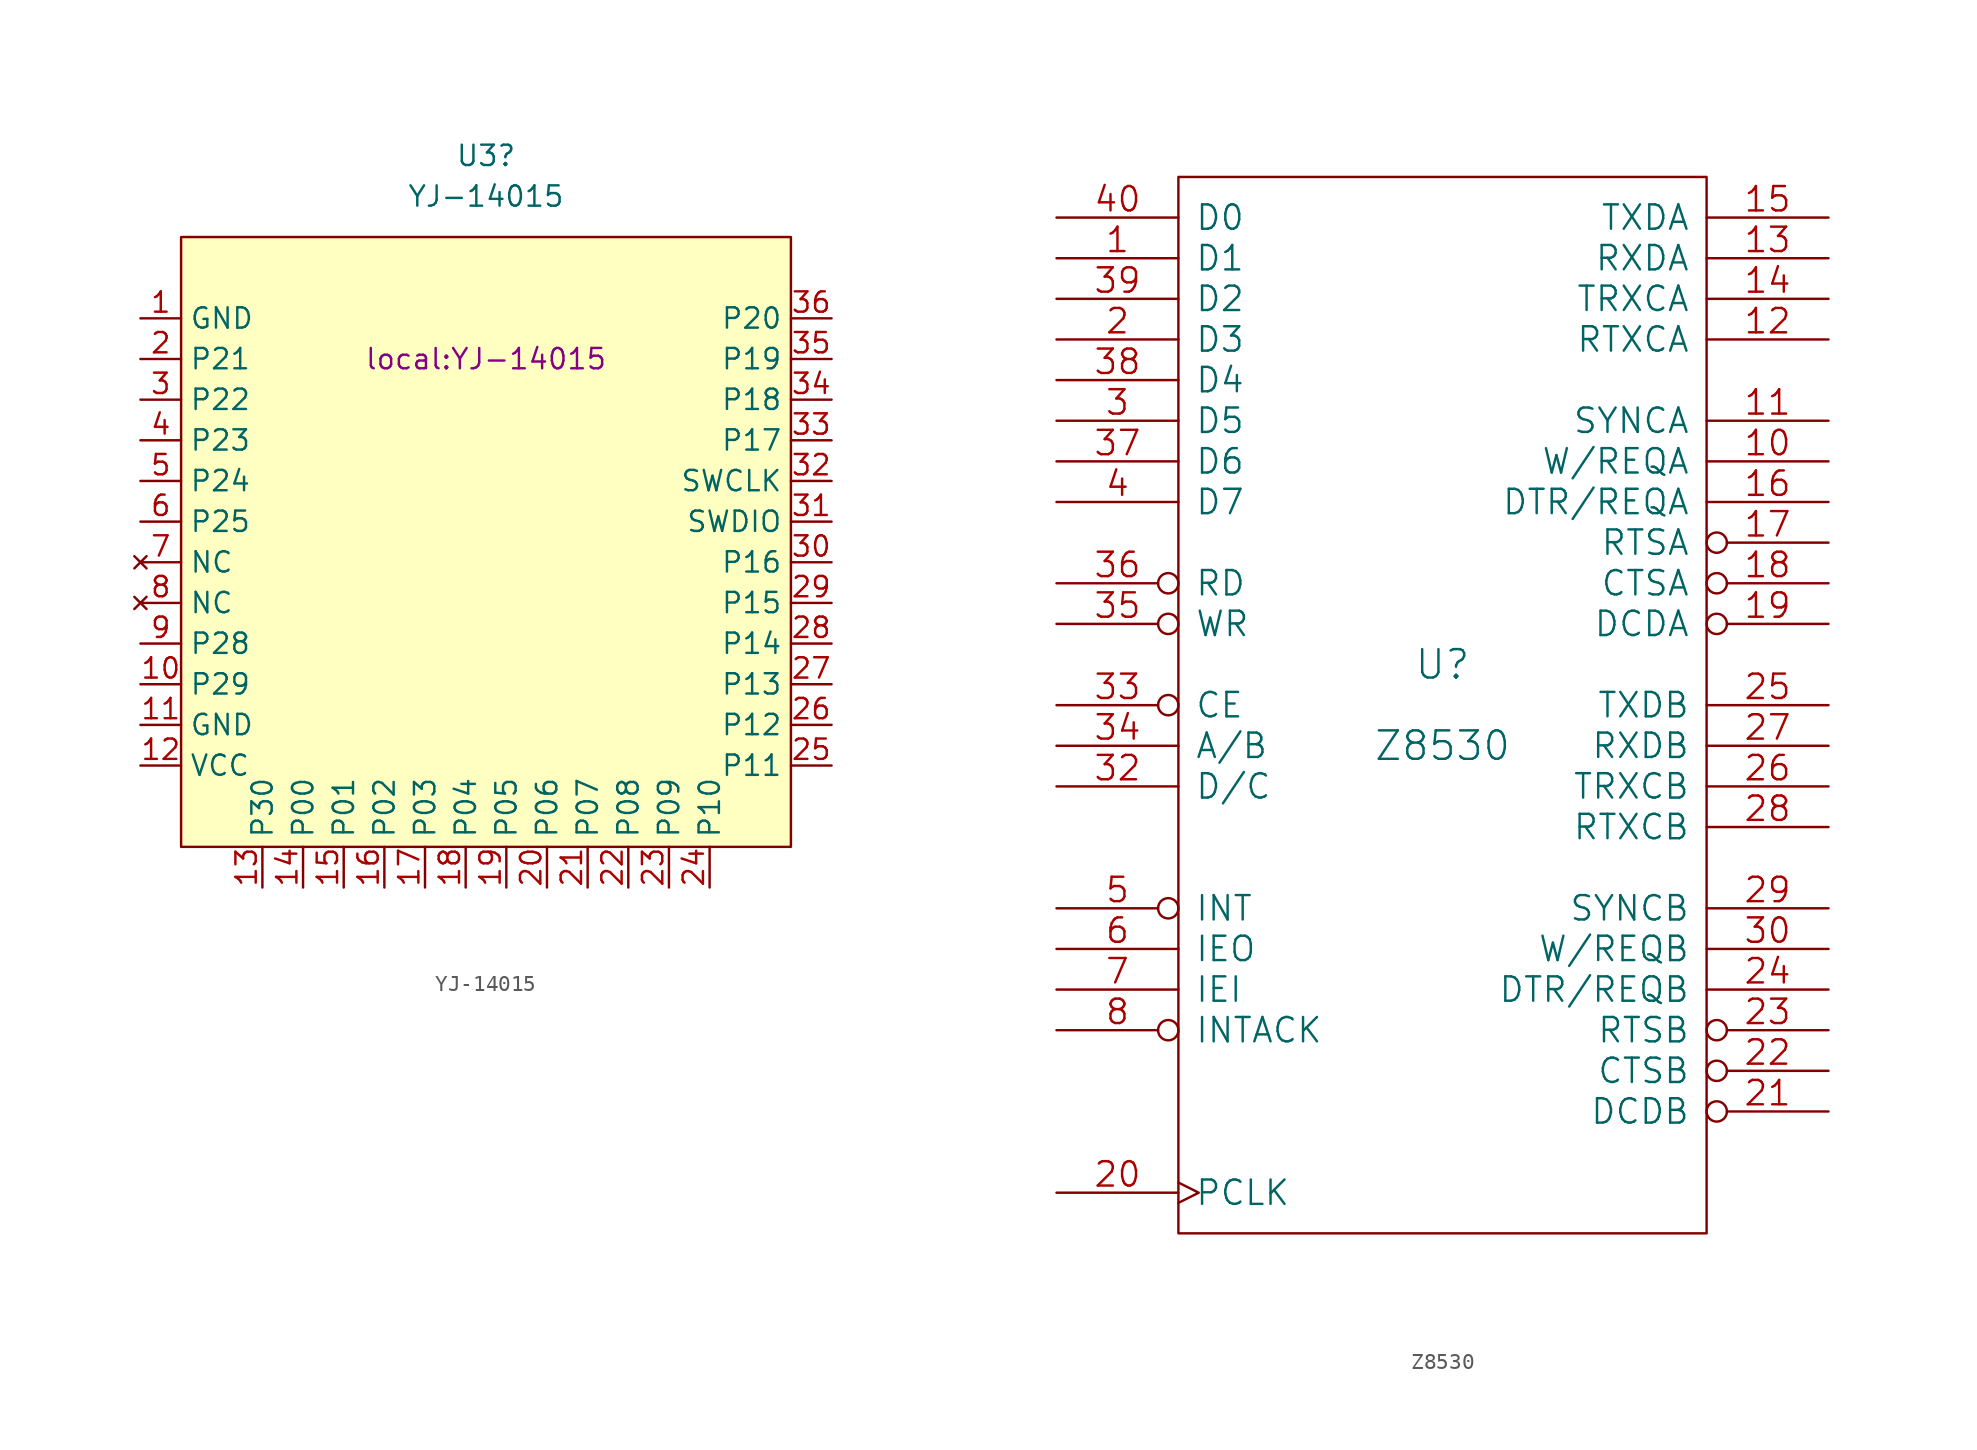
<source format=kicad_sym>
(kicad_symbol_lib
  (version 20211014)
  (generator kicad_symbol_editor)
  (symbol "YJ-14015"
    (property "Reference" "U3"
      (at -5.08 29.21 0)
      (effects (font (size 1.27 1.27))))
    (property "Value" "YJ-14015"
      (at -5.08 26.67 0)
      (effects (font (size 1.27 1.27))))
    (property "Footprint" "local:YJ-14015"
      (at -5.08 16.51 0)
      (effects (font (size 1.27 1.27))))
    (symbol "YJ-14015_0_1"
      (rectangle (start -24.13 24.13) (end 13.97 -13.97) (stroke (width 0) (type default) (color 0 0 0 0)) (fill (type background))))
    (symbol "YJ-14015_1_1"
      (pin power_in line (at -26.67 19.05 0) (length 2.54) (name "GND" (effects (font (size 1.27 1.27)))) (number "1" (effects (font (size 1.27 1.27)))))
      (pin bidirectional line (at -26.67 -3.81 0) (length 2.54) (name "P29" (effects (font (size 1.27 1.27)))) (number "10" (effects (font (size 1.27 1.27)))))
      (pin power_in line (at -26.67 -6.35 0) (length 2.54) (name "GND" (effects (font (size 1.27 1.27)))) (number "11" (effects (font (size 1.27 1.27)))))
      (pin power_in line (at -26.67 -8.89 0) (length 2.54) (name "VCC" (effects (font (size 1.27 1.27)))) (number "12" (effects (font (size 1.27 1.27)))))
      (pin bidirectional line (at -19.05 -16.51 90) (length 2.54) (name "P30" (effects (font (size 1.27 1.27)))) (number "13" (effects (font (size 1.27 1.27)))))
      (pin bidirectional line (at -16.51 -16.51 90) (length 2.54) (name "P00" (effects (font (size 1.27 1.27)))) (number "14" (effects (font (size 1.27 1.27)))))
      (pin bidirectional line (at -13.97 -16.51 90) (length 2.54) (name "P01" (effects (font (size 1.27 1.27)))) (number "15" (effects (font (size 1.27 1.27)))))
      (pin bidirectional line (at -11.43 -16.51 90) (length 2.54) (name "P02" (effects (font (size 1.27 1.27)))) (number "16" (effects (font (size 1.27 1.27)))))
      (pin bidirectional line (at -8.89 -16.51 90) (length 2.54) (name "P03" (effects (font (size 1.27 1.27)))) (number "17" (effects (font (size 1.27 1.27)))))
      (pin bidirectional line (at -6.35 -16.51 90) (length 2.54) (name "P04" (effects (font (size 1.27 1.27)))) (number "18" (effects (font (size 1.27 1.27)))))
      (pin bidirectional line (at -3.81 -16.51 90) (length 2.54) (name "P05" (effects (font (size 1.27 1.27)))) (number "19" (effects (font (size 1.27 1.27)))))
      (pin bidirectional line (at -26.67 16.51 0) (length 2.54) (name "P21" (effects (font (size 1.27 1.27)))) (number "2" (effects (font (size 1.27 1.27)))))
      (pin bidirectional line (at -1.27 -16.51 90) (length 2.54) (name "P06" (effects (font (size 1.27 1.27)))) (number "20" (effects (font (size 1.27 1.27)))))
      (pin bidirectional line (at 1.27 -16.51 90) (length 2.54) (name "P07" (effects (font (size 1.27 1.27)))) (number "21" (effects (font (size 1.27 1.27)))))
      (pin bidirectional line (at 3.81 -16.51 90) (length 2.54) (name "P08" (effects (font (size 1.27 1.27)))) (number "22" (effects (font (size 1.27 1.27)))))
      (pin bidirectional line (at 6.35 -16.51 90) (length 2.54) (name "P09" (effects (font (size 1.27 1.27)))) (number "23" (effects (font (size 1.27 1.27)))))
      (pin bidirectional line (at 8.89 -16.51 90) (length 2.54) (name "P10" (effects (font (size 1.27 1.27)))) (number "24" (effects (font (size 1.27 1.27)))))
      (pin bidirectional line (at 16.51 -8.89 180) (length 2.54) (name "P11" (effects (font (size 1.27 1.27)))) (number "25" (effects (font (size 1.27 1.27)))))
      (pin bidirectional line (at 16.51 -6.35 180) (length 2.54) (name "P12" (effects (font (size 1.27 1.27)))) (number "26" (effects (font (size 1.27 1.27)))))
      (pin bidirectional line (at 16.51 -3.81 180) (length 2.54) (name "P13" (effects (font (size 1.27 1.27)))) (number "27" (effects (font (size 1.27 1.27)))))
      (pin bidirectional line (at 16.51 -1.27 180) (length 2.54) (name "P14" (effects (font (size 1.27 1.27)))) (number "28" (effects (font (size 1.27 1.27)))))
      (pin bidirectional line (at 16.51 1.27 180) (length 2.54) (name "P15" (effects (font (size 1.27 1.27)))) (number "29" (effects (font (size 1.27 1.27)))))
      (pin bidirectional line (at -26.67 13.97 0) (length 2.54) (name "P22" (effects (font (size 1.27 1.27)))) (number "3" (effects (font (size 1.27 1.27)))))
      (pin bidirectional line (at 16.51 3.81 180) (length 2.54) (name "P16" (effects (font (size 1.27 1.27)))) (number "30" (effects (font (size 1.27 1.27)))))
      (pin bidirectional line (at 16.51 6.35 180) (length 2.54) (name "SWDIO" (effects (font (size 1.27 1.27)))) (number "31" (effects (font (size 1.27 1.27)))))
      (pin bidirectional line (at 16.51 8.89 180) (length 2.54) (name "SWCLK" (effects (font (size 1.27 1.27)))) (number "32" (effects (font (size 1.27 1.27)))))
      (pin bidirectional line (at 16.51 11.43 180) (length 2.54) (name "P17" (effects (font (size 1.27 1.27)))) (number "33" (effects (font (size 1.27 1.27)))))
      (pin bidirectional line (at 16.51 13.97 180) (length 2.54) (name "P18" (effects (font (size 1.27 1.27)))) (number "34" (effects (font (size 1.27 1.27)))))
      (pin bidirectional line (at 16.51 16.51 180) (length 2.54) (name "P19" (effects (font (size 1.27 1.27)))) (number "35" (effects (font (size 1.27 1.27)))))
      (pin bidirectional line (at 16.51 19.05 180) (length 2.54) (name "P20" (effects (font (size 1.27 1.27)))) (number "36" (effects (font (size 1.27 1.27)))))
      (pin bidirectional line (at -26.67 11.43 0) (length 2.54) (name "P23" (effects (font (size 1.27 1.27)))) (number "4" (effects (font (size 1.27 1.27)))))
      (pin bidirectional line (at -26.67 8.89 0) (length 2.54) (name "P24" (effects (font (size 1.27 1.27)))) (number "5" (effects (font (size 1.27 1.27)))))
      (pin bidirectional line (at -26.67 6.35 0) (length 2.54) (name "P25" (effects (font (size 1.27 1.27)))) (number "6" (effects (font (size 1.27 1.27)))))
      (pin no_connect line (at -26.67 3.81 0) (length 2.54) (name "NC" (effects (font (size 1.27 1.27)))) (number "7" (effects (font (size 1.27 1.27)))))
      (pin no_connect line (at -26.67 1.27 0) (length 2.54) (name "NC" (effects (font (size 1.27 1.27)))) (number "8" (effects (font (size 1.27 1.27)))))
      (pin bidirectional line (at -26.67 -1.27 0) (length 2.54) (name "P28" (effects (font (size 1.27 1.27)))) (number "9" (effects (font (size 1.27 1.27)))))))
  (symbol "Z8530"
    (pin_names
      (offset 1.016))
    (property "Reference" "U"
      (at 0 2.54 0)
      (effects (font (size 1.778 1.778))))
    (property "Value" "Z8530"
      (at 0 -2.54 0)
      (effects (font (size 1.778 1.778))))
    (property "Footprint" ""
      (at 0 0 0)
      (effects (font (size 1.524 1.524))))
    (property "Datasheet" ""
      (at 0 0 0)
      (effects (font (size 1.524 1.524))))
    (symbol "Z8530_0_1"
      (rectangle (start -16.51 -33.02) (end 16.51 33.02) (stroke (width 0) (type default) (color 0 0 0 0)) (fill (type none))))
    (symbol "Z8530_1_1"
      (pin input line (at -24.13 27.94 0) (length 7.62) (name "D1" (effects (font (size 1.524 1.524)))) (number "1" (effects (font (size 1.524 1.524)))))
      (pin output line (at 24.13 15.24 180) (length 7.62) (name "W/REQA" (effects (font (size 1.524 1.524)))) (number "10" (effects (font (size 1.524 1.524)))))
      (pin input line (at 24.13 17.78 180) (length 7.62) (name "SYNCA" (effects (font (size 1.524 1.524)))) (number "11" (effects (font (size 1.524 1.524)))))
      (pin input line (at 24.13 22.86 180) (length 7.62) (name "RTXCA" (effects (font (size 1.524 1.524)))) (number "12" (effects (font (size 1.524 1.524)))))
      (pin input line (at 24.13 27.94 180) (length 7.62) (name "RXDA" (effects (font (size 1.524 1.524)))) (number "13" (effects (font (size 1.524 1.524)))))
      (pin input line (at 24.13 25.4 180) (length 7.62) (name "TRXCA" (effects (font (size 1.524 1.524)))) (number "14" (effects (font (size 1.524 1.524)))))
      (pin output line (at 24.13 30.48 180) (length 7.62) (name "TXDA" (effects (font (size 1.524 1.524)))) (number "15" (effects (font (size 1.524 1.524)))))
      (pin input line (at 24.13 12.7 180) (length 7.62) (name "DTR/REQA" (effects (font (size 1.524 1.524)))) (number "16" (effects (font (size 1.524 1.524)))))
      (pin output inverted (at 24.13 10.16 180) (length 7.62) (name "RTSA" (effects (font (size 1.524 1.524)))) (number "17" (effects (font (size 1.524 1.524)))))
      (pin input inverted (at 24.13 7.62 180) (length 7.62) (name "CTSA" (effects (font (size 1.524 1.524)))) (number "18" (effects (font (size 1.524 1.524)))))
      (pin input inverted (at 24.13 5.08 180) (length 7.62) (name "DCDA" (effects (font (size 1.524 1.524)))) (number "19" (effects (font (size 1.524 1.524)))))
      (pin input line (at -24.13 22.86 0) (length 7.62) (name "D3" (effects (font (size 1.524 1.524)))) (number "2" (effects (font (size 1.524 1.524)))))
      (pin input clock (at -24.13 -30.48 0) (length 7.62) (name "PCLK" (effects (font (size 1.524 1.524)))) (number "20" (effects (font (size 1.524 1.524)))))
      (pin input inverted (at 24.13 -25.4 180) (length 7.62) (name "DCDB" (effects (font (size 1.524 1.524)))) (number "21" (effects (font (size 1.524 1.524)))))
      (pin input inverted (at 24.13 -22.86 180) (length 7.62) (name "CTSB" (effects (font (size 1.524 1.524)))) (number "22" (effects (font (size 1.524 1.524)))))
      (pin output inverted (at 24.13 -20.32 180) (length 7.62) (name "RTSB" (effects (font (size 1.524 1.524)))) (number "23" (effects (font (size 1.524 1.524)))))
      (pin input line (at 24.13 -17.78 180) (length 7.62) (name "DTR/REQB" (effects (font (size 1.524 1.524)))) (number "24" (effects (font (size 1.524 1.524)))))
      (pin output line (at 24.13 0 180) (length 7.62) (name "TXDB" (effects (font (size 1.524 1.524)))) (number "25" (effects (font (size 1.524 1.524)))))
      (pin input line (at 24.13 -5.08 180) (length 7.62) (name "TRXCB" (effects (font (size 1.524 1.524)))) (number "26" (effects (font (size 1.524 1.524)))))
      (pin input line (at 24.13 -2.54 180) (length 7.62) (name "RXDB" (effects (font (size 1.524 1.524)))) (number "27" (effects (font (size 1.524 1.524)))))
      (pin input line (at 24.13 -7.62 180) (length 7.62) (name "RTXCB" (effects (font (size 1.524 1.524)))) (number "28" (effects (font (size 1.524 1.524)))))
      (pin input line (at 24.13 -12.7 180) (length 7.62) (name "SYNCB" (effects (font (size 1.524 1.524)))) (number "29" (effects (font (size 1.524 1.524)))))
      (pin input line (at -24.13 17.78 0) (length 7.62) (name "D5" (effects (font (size 1.524 1.524)))) (number "3" (effects (font (size 1.524 1.524)))))
      (pin output line (at 24.13 -15.24 180) (length 7.62) (name "W/REQB" (effects (font (size 1.524 1.524)))) (number "30" (effects (font (size 1.524 1.524)))))
      (pin power_in line (at -16.51 -33.02 90) (length 0) hide (name "GND" (effects (font (size 1.524 1.524)))) (number "31" (effects (font (size 1.524 1.524)))))
      (pin input line (at -24.13 -5.08 0) (length 7.62) (name "D/C" (effects (font (size 1.524 1.524)))) (number "32" (effects (font (size 1.524 1.524)))))
      (pin input inverted (at -24.13 0 0) (length 7.62) (name "CE" (effects (font (size 1.524 1.524)))) (number "33" (effects (font (size 1.524 1.524)))))
      (pin input line (at -24.13 -2.54 0) (length 7.62) (name "A/B" (effects (font (size 1.524 1.524)))) (number "34" (effects (font (size 1.524 1.524)))))
      (pin input inverted (at -24.13 5.08 0) (length 7.62) (name "WR" (effects (font (size 1.524 1.524)))) (number "35" (effects (font (size 1.524 1.524)))))
      (pin input inverted (at -24.13 7.62 0) (length 7.62) (name "RD" (effects (font (size 1.524 1.524)))) (number "36" (effects (font (size 1.524 1.524)))))
      (pin input line (at -24.13 15.24 0) (length 7.62) (name "D6" (effects (font (size 1.524 1.524)))) (number "37" (effects (font (size 1.524 1.524)))))
      (pin input line (at -24.13 20.32 0) (length 7.62) (name "D4" (effects (font (size 1.524 1.524)))) (number "38" (effects (font (size 1.524 1.524)))))
      (pin input line (at -24.13 25.4 0) (length 7.62) (name "D2" (effects (font (size 1.524 1.524)))) (number "39" (effects (font (size 1.524 1.524)))))
      (pin input line (at -24.13 12.7 0) (length 7.62) (name "D7" (effects (font (size 1.524 1.524)))) (number "4" (effects (font (size 1.524 1.524)))))
      (pin input line (at -24.13 30.48 0) (length 7.62) (name "D0" (effects (font (size 1.524 1.524)))) (number "40" (effects (font (size 1.524 1.524)))))
      (pin open_collector inverted (at -24.13 -12.7 0) (length 7.62) (name "INT" (effects (font (size 1.524 1.524)))) (number "5" (effects (font (size 1.524 1.524)))))
      (pin output line (at -24.13 -15.24 0) (length 7.62) (name "IEO" (effects (font (size 1.524 1.524)))) (number "6" (effects (font (size 1.524 1.524)))))
      (pin input line (at -24.13 -17.78 0) (length 7.62) (name "IEI" (effects (font (size 1.524 1.524)))) (number "7" (effects (font (size 1.524 1.524)))))
      (pin input inverted (at -24.13 -20.32 0) (length 7.62) (name "INTACK" (effects (font (size 1.524 1.524)))) (number "8" (effects (font (size 1.524 1.524)))))
      (pin power_in line (at -16.51 33.02 90) (length 0) hide (name "+5V" (effects (font (size 1.524 1.524)))) (number "9" (effects (font (size 1.524 1.524))))))))
</source>
